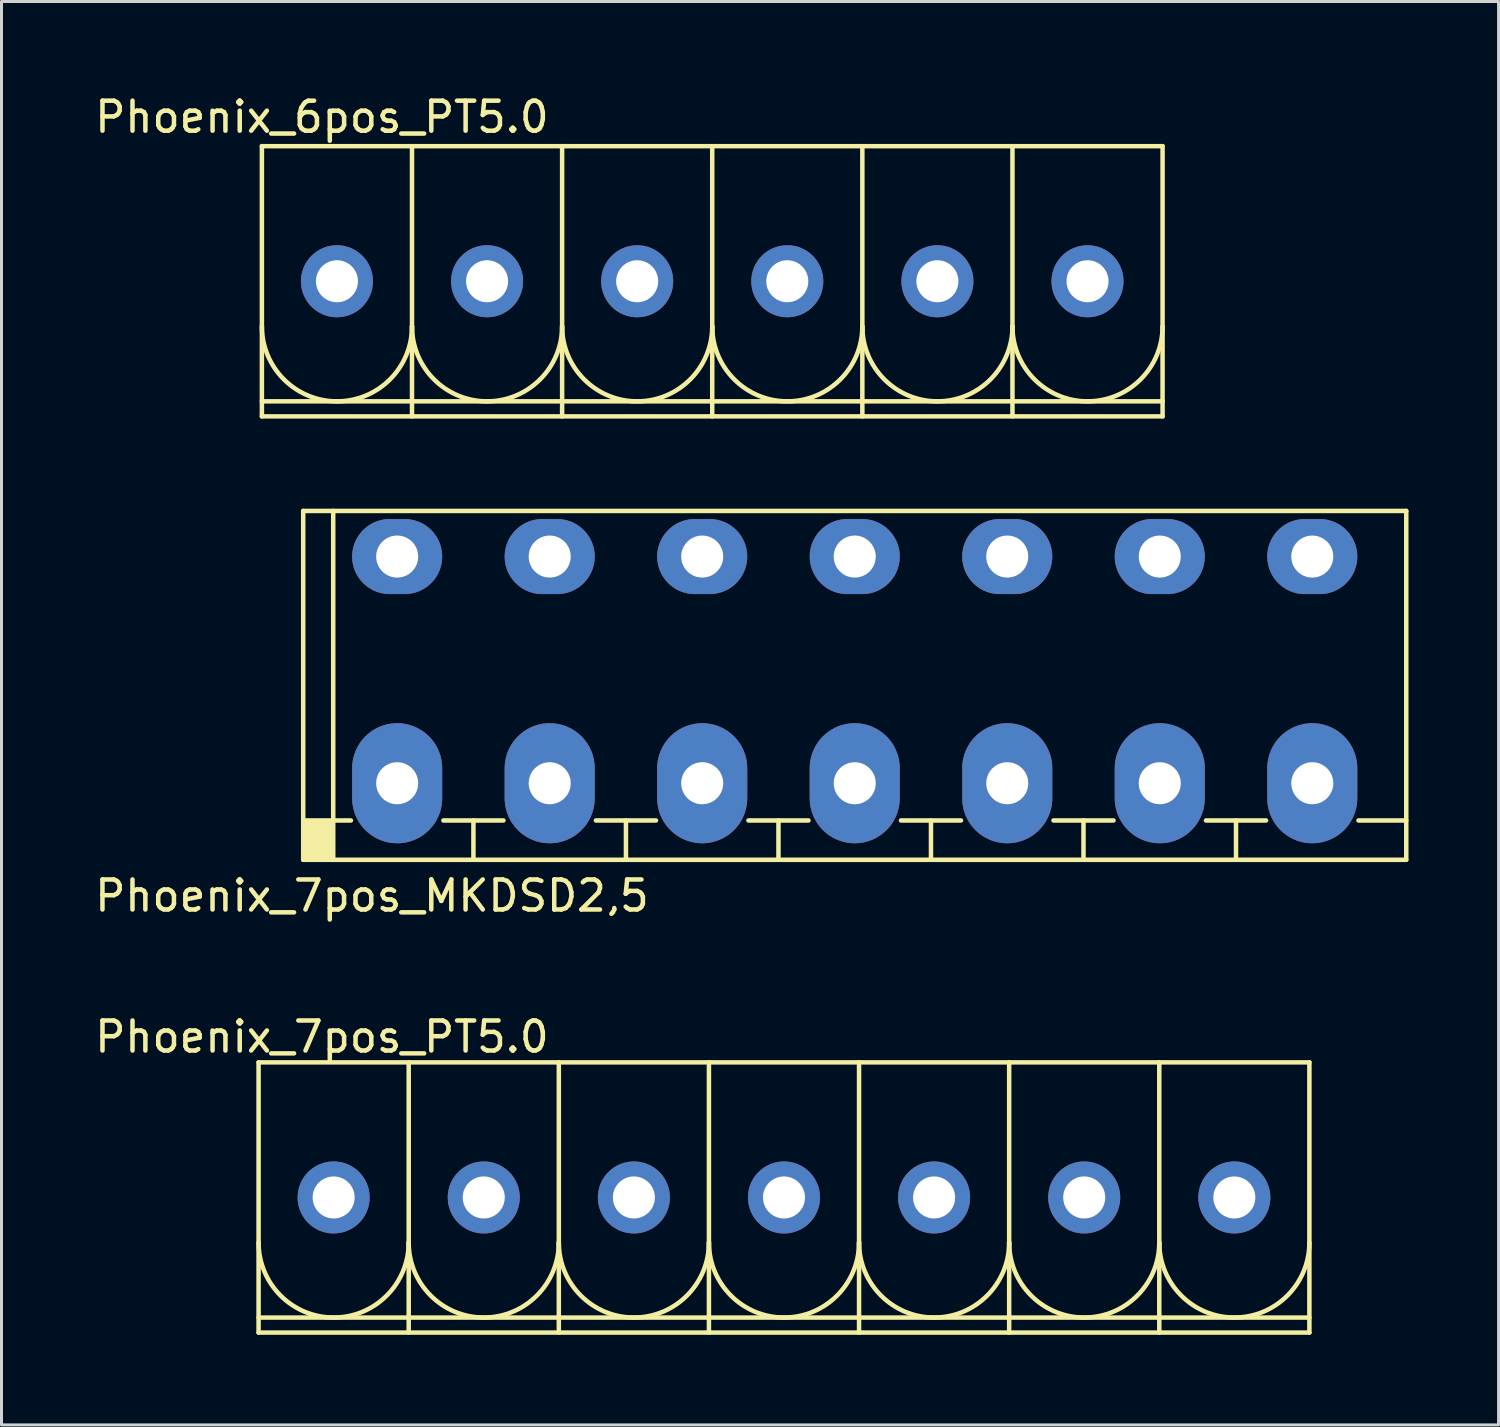
<source format=kicad_pcb>
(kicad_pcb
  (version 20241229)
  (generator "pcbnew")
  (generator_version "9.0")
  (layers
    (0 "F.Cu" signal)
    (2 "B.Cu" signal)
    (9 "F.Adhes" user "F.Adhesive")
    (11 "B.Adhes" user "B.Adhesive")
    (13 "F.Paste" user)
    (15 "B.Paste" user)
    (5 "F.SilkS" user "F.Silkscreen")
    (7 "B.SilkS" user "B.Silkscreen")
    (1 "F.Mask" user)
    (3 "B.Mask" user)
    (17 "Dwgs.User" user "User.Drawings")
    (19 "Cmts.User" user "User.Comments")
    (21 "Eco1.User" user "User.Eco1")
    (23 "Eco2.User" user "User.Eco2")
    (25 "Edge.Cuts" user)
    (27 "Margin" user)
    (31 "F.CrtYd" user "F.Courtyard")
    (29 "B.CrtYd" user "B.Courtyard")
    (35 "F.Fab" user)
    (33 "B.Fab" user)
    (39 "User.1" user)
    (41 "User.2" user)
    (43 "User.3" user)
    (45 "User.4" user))
  (footprint "Phoenix_6pos_PT5.0"
    (layer "F.Cu")
    (at 20.673 6.318)
    (property "Reference" "Phoenix_6pos_PT5.0" (at -13 -5.47 0) (layer "F.SilkS") (effects (font (size 1 1) (thickness 0.15))))
    (attr through_hole)
    (fp_line (start -15 -4.5) (end -15 4.5) (stroke (width 0.15) (type solid)) (layer "F.SilkS"))
    (fp_line (start -15 -4.5) (end 15 -4.5) (stroke (width 0.15) (type solid)) (layer "F.SilkS"))
    (fp_line (start -15 4) (end 15 4) (stroke (width 0.15) (type solid)) (layer "F.SilkS"))
    (fp_line (start -10 -4.5) (end -10 4.5) (stroke (width 0.15) (type solid)) (layer "F.SilkS"))
    (fp_line (start -5 -4.5) (end -5 4.5) (stroke (width 0.15) (type solid)) (layer "F.SilkS"))
    (fp_line (start 0 -4.5) (end 0 4.5) (stroke (width 0.15) (type solid)) (layer "F.SilkS"))
    (fp_line (start 5 -4.5) (end 5 4.5) (stroke (width 0.15) (type solid)) (layer "F.SilkS"))
    (fp_line (start 10 -4.5) (end 10 4.5) (stroke (width 0.15) (type solid)) (layer "F.SilkS"))
    (fp_line (start 15 -4.5) (end 15 4.5) (stroke (width 0.15) (type solid)) (layer "F.SilkS"))
    (fp_line (start 15 4.5) (end -15 4.5) (stroke (width 0.15) (type solid)) (layer "F.SilkS"))
    (fp_arc (start -10 1.5) (mid -12.5 4) (end -15 1.5) (stroke (width 0.15) (type solid)) (layer "F.SilkS"))
    (fp_arc (start -5 1.5) (mid -7.5 4) (end -10 1.5) (stroke (width 0.15) (type solid)) (layer "F.SilkS"))
    (fp_arc (start 0 1.5) (mid -2.5 4) (end -5 1.5) (stroke (width 0.15) (type solid)) (layer "F.SilkS"))
    (fp_arc (start 5 1.5) (mid 2.5 4) (end 0 1.5) (stroke (width 0.15) (type solid)) (layer "F.SilkS"))
    (fp_arc (start 10 1.5) (mid 7.5 4) (end 5 1.5) (stroke (width 0.15) (type solid)) (layer "F.SilkS"))
    (fp_arc (start 15 1.5) (mid 12.5 4) (end 10 1.5) (stroke (width 0.15) (type solid)) (layer "F.SilkS"))
    (pad "1" thru_hole circle (at -12.5 0) (size 2.4 2.4) (drill 1.4) (layers "*.Cu" "*.Mask"))
    (pad "2" thru_hole circle (at -7.5 0) (size 2.4 2.4) (drill 1.4) (layers "*.Cu" "*.Mask"))
    (pad "3" thru_hole circle (at -2.5 0) (size 2.4 2.4) (drill 1.4) (layers "*.Cu" "*.Mask"))
    (pad "4" thru_hole circle (at 2.5 0) (size 2.4 2.4) (drill 1.4) (layers "*.Cu" "*.Mask"))
    (pad "5" thru_hole circle (at 7.5 0) (size 2.4 2.4) (drill 1.4) (layers "*.Cu" "*.Mask"))
    (pad "6" thru_hole circle (at 12.5 0) (size 2.4 2.4) (drill 1.4) (layers "*.Cu" "*.Mask")))
  (footprint "Phoenix_7pos_PT5.0"
    (layer "F.Cu")
    (at 23.063 36.835)
    (property "Reference" "Phoenix_7pos_PT5.0" (at -15.39 -5.35 0) (layer "F.SilkS") (effects (font (size 1 1) (thickness 0.15))))
    (attr through_hole)
    (fp_line (start -17.5 -4.5) (end -17.5 4.5) (stroke (width 0.15) (type solid)) (layer "F.SilkS"))
    (fp_line (start -17.5 -4.5) (end 17.5 -4.5) (stroke (width 0.15) (type solid)) (layer "F.SilkS"))
    (fp_line (start -17.5 4) (end 17.5 4) (stroke (width 0.15) (type solid)) (layer "F.SilkS"))
    (fp_line (start -12.5 -4.5) (end -12.5 4.5) (stroke (width 0.15) (type solid)) (layer "F.SilkS"))
    (fp_line (start -7.5 -4.5) (end -7.5 4.5) (stroke (width 0.15) (type solid)) (layer "F.SilkS"))
    (fp_line (start -2.5 -4.5) (end -2.5 4.5) (stroke (width 0.15) (type solid)) (layer "F.SilkS"))
    (fp_line (start 2.5 -4.5) (end 2.5 4.5) (stroke (width 0.15) (type solid)) (layer "F.SilkS"))
    (fp_line (start 7.5 -4.5) (end 7.5 4.5) (stroke (width 0.15) (type solid)) (layer "F.SilkS"))
    (fp_line (start 12.5 -4.5) (end 12.5 4.5) (stroke (width 0.15) (type solid)) (layer "F.SilkS"))
    (fp_line (start 17.5 -4.5) (end 17.5 4.5) (stroke (width 0.15) (type solid)) (layer "F.SilkS"))
    (fp_line (start 17.5 4.5) (end -17.5 4.5) (stroke (width 0.15) (type solid)) (layer "F.SilkS"))
    (fp_arc (start -12.5 1.5) (mid -15 4) (end -17.5 1.5) (stroke (width 0.15) (type solid)) (layer "F.SilkS"))
    (fp_arc (start -7.5 1.5) (mid -10 4) (end -12.5 1.5) (stroke (width 0.15) (type solid)) (layer "F.SilkS"))
    (fp_arc (start -2.5 1.5) (mid -5 4) (end -7.5 1.5) (stroke (width 0.15) (type solid)) (layer "F.SilkS"))
    (fp_arc (start 2.5 1.5) (mid 0 4) (end -2.5 1.5) (stroke (width 0.15) (type solid)) (layer "F.SilkS"))
    (fp_arc (start 7.5 1.5) (mid 5 4) (end 2.5 1.5) (stroke (width 0.15) (type solid)) (layer "F.SilkS"))
    (fp_arc (start 12.5 1.5) (mid 10 4) (end 7.5 1.5) (stroke (width 0.15) (type solid)) (layer "F.SilkS"))
    (fp_arc (start 17.5 1.5) (mid 15 4) (end 12.5 1.5) (stroke (width 0.15) (type solid)) (layer "F.SilkS"))
    (pad "1" thru_hole circle (at -15 0) (size 2.4 2.4) (drill 1.4) (layers "*.Cu" "*.Mask"))
    (pad "2" thru_hole circle (at -10 0) (size 2.4 2.4) (drill 1.4) (layers "*.Cu" "*.Mask"))
    (pad "3" thru_hole circle (at -5 0) (size 2.4 2.4) (drill 1.4) (layers "*.Cu" "*.Mask"))
    (pad "4" thru_hole circle (at 0 0) (size 2.4 2.4) (drill 1.4) (layers "*.Cu" "*.Mask"))
    (pad "5" thru_hole circle (at 5 0) (size 2.4 2.4) (drill 1.4) (layers "*.Cu" "*.Mask"))
    (pad "6" thru_hole circle (at 10 0) (size 2.4 2.4) (drill 1.4) (layers "*.Cu" "*.Mask"))
    (pad "7" thru_hole circle (at 15 0) (size 2.4 2.4) (drill 1.4) (layers "*.Cu" "*.Mask")))
  (footprint "Phoenix_7pos_MKDSD2,5"
    (layer "F.Cu")
    (at 25.419 19.778)
    (property "Reference" "Phoenix_7pos_MKDSD2,5" (at -16.08 7.01 0) (layer "F.SilkS") (effects (font (size 1 1) (thickness 0.15))))
    (attr through_hole)
    (fp_line (start -18.37 -5.81) (end -18.37 5.81) (stroke (width 0.15) (type solid)) (layer "F.SilkS"))
    (fp_line (start -18.37 -5.81) (end 18.37 -5.81) (stroke (width 0.15) (type solid)) (layer "F.SilkS"))
    (fp_line (start -18.37 4.5) (end -16.78 4.5) (stroke (width 0.15) (type solid)) (layer "F.SilkS"))
    (fp_line (start -18.37 5.81) (end 18.37 5.81) (stroke (width 0.15) (type solid)) (layer "F.SilkS"))
    (fp_line (start -17.37 -5.81) (end -17.37 5.81) (stroke (width 0.15) (type solid)) (layer "F.SilkS"))
    (fp_line (start -13.7 4.5) (end -11.7 4.5) (stroke (width 0.15) (type solid)) (layer "F.SilkS"))
    (fp_line (start -12.7 4.5) (end -12.7 5.81) (stroke (width 0.15) (type solid)) (layer "F.SilkS"))
    (fp_line (start -8.62 4.5) (end -6.62 4.5) (stroke (width 0.15) (type solid)) (layer "F.SilkS"))
    (fp_line (start -7.62 4.5) (end -7.62 5.81) (stroke (width 0.15) (type solid)) (layer "F.SilkS"))
    (fp_line (start -3.54 4.5) (end -1.54 4.5) (stroke (width 0.15) (type solid)) (layer "F.SilkS"))
    (fp_line (start -2.54 4.5) (end -2.54 5.81) (stroke (width 0.15) (type solid)) (layer "F.SilkS"))
    (fp_line (start 1.54 4.5) (end 3.54 4.5) (stroke (width 0.15) (type solid)) (layer "F.SilkS"))
    (fp_line (start 2.54 4.5) (end 2.54 5.81) (stroke (width 0.15) (type solid)) (layer "F.SilkS"))
    (fp_line (start 6.62 4.5) (end 8.62 4.5) (stroke (width 0.15) (type solid)) (layer "F.SilkS"))
    (fp_line (start 7.62 4.5) (end 7.62 5.81) (stroke (width 0.15) (type solid)) (layer "F.SilkS"))
    (fp_line (start 11.7 4.5) (end 13.7 4.5) (stroke (width 0.15) (type solid)) (layer "F.SilkS"))
    (fp_line (start 12.7 4.5) (end 12.7 5.81) (stroke (width 0.15) (type solid)) (layer "F.SilkS"))
    (fp_line (start 16.78 4.5) (end 18.37 4.5) (stroke (width 0.15) (type solid)) (layer "F.SilkS"))
    (fp_line (start 18.37 5.81) (end 18.37 -5.81) (stroke (width 0.15) (type solid)) (layer "F.SilkS"))
    (fp_poly (pts (xy -17.36 5.81) (xy -18.34 5.8) (xy -18.36 4.52) (xy -17.37 4.51)) (stroke (width 0.1) (type solid)) (fill yes) (layer "F.SilkS"))
    (pad "1" thru_hole oval (at -15.24 -4.29 270) (size 2.5 3) (drill 1.4) (layers "*.Cu" "*.Mask"))
    (pad "1" thru_hole oval (at -15.24 3.26) (size 3 4) (drill 1.4) (layers "*.Cu" "*.Mask"))
    (pad "2" thru_hole oval (at -10.16 -4.29 270) (size 2.5 3) (drill 1.4) (layers "*.Cu" "*.Mask"))
    (pad "2" thru_hole oval (at -10.16 3.26) (size 3 4) (drill 1.4) (layers "*.Cu" "*.Mask"))
    (pad "3" thru_hole oval (at -5.08 -4.29 270) (size 2.5 3) (drill 1.4) (layers "*.Cu" "*.Mask"))
    (pad "3" thru_hole oval (at -5.08 3.26) (size 3 4) (drill 1.4) (layers "*.Cu" "*.Mask"))
    (pad "4" thru_hole oval (at 0 -4.29 270) (size 2.5 3) (drill 1.4) (layers "*.Cu" "*.Mask"))
    (pad "4" thru_hole oval (at 0 3.26) (size 3 4) (drill 1.4) (layers "*.Cu" "*.Mask"))
    (pad "5" thru_hole oval (at 5.08 -4.29 270) (size 2.5 3) (drill 1.4) (layers "*.Cu" "*.Mask"))
    (pad "5" thru_hole oval (at 5.08 3.26) (size 3 4) (drill 1.4) (layers "*.Cu" "*.Mask"))
    (pad "6" thru_hole oval (at 10.16 -4.29 270) (size 2.5 3) (drill 1.4) (layers "*.Cu" "*.Mask"))
    (pad "6" thru_hole oval (at 10.16 3.26) (size 3 4) (drill 1.4) (layers "*.Cu" "*.Mask"))
    (pad "7" thru_hole oval (at 15.24 -4.29 270) (size 2.5 3) (drill 1.4) (layers "*.Cu" "*.Mask"))
    (pad "7" thru_hole oval (at 15.24 3.26) (size 3 4) (drill 1.4) (layers "*.Cu" "*.Mask")))
  (gr_rect
    (start -3 -3)
    (end 46.864 44.41)
    (stroke (width 0.1) (type default))
    (fill no)
    (layer "Edge.Cuts")))
</source>
